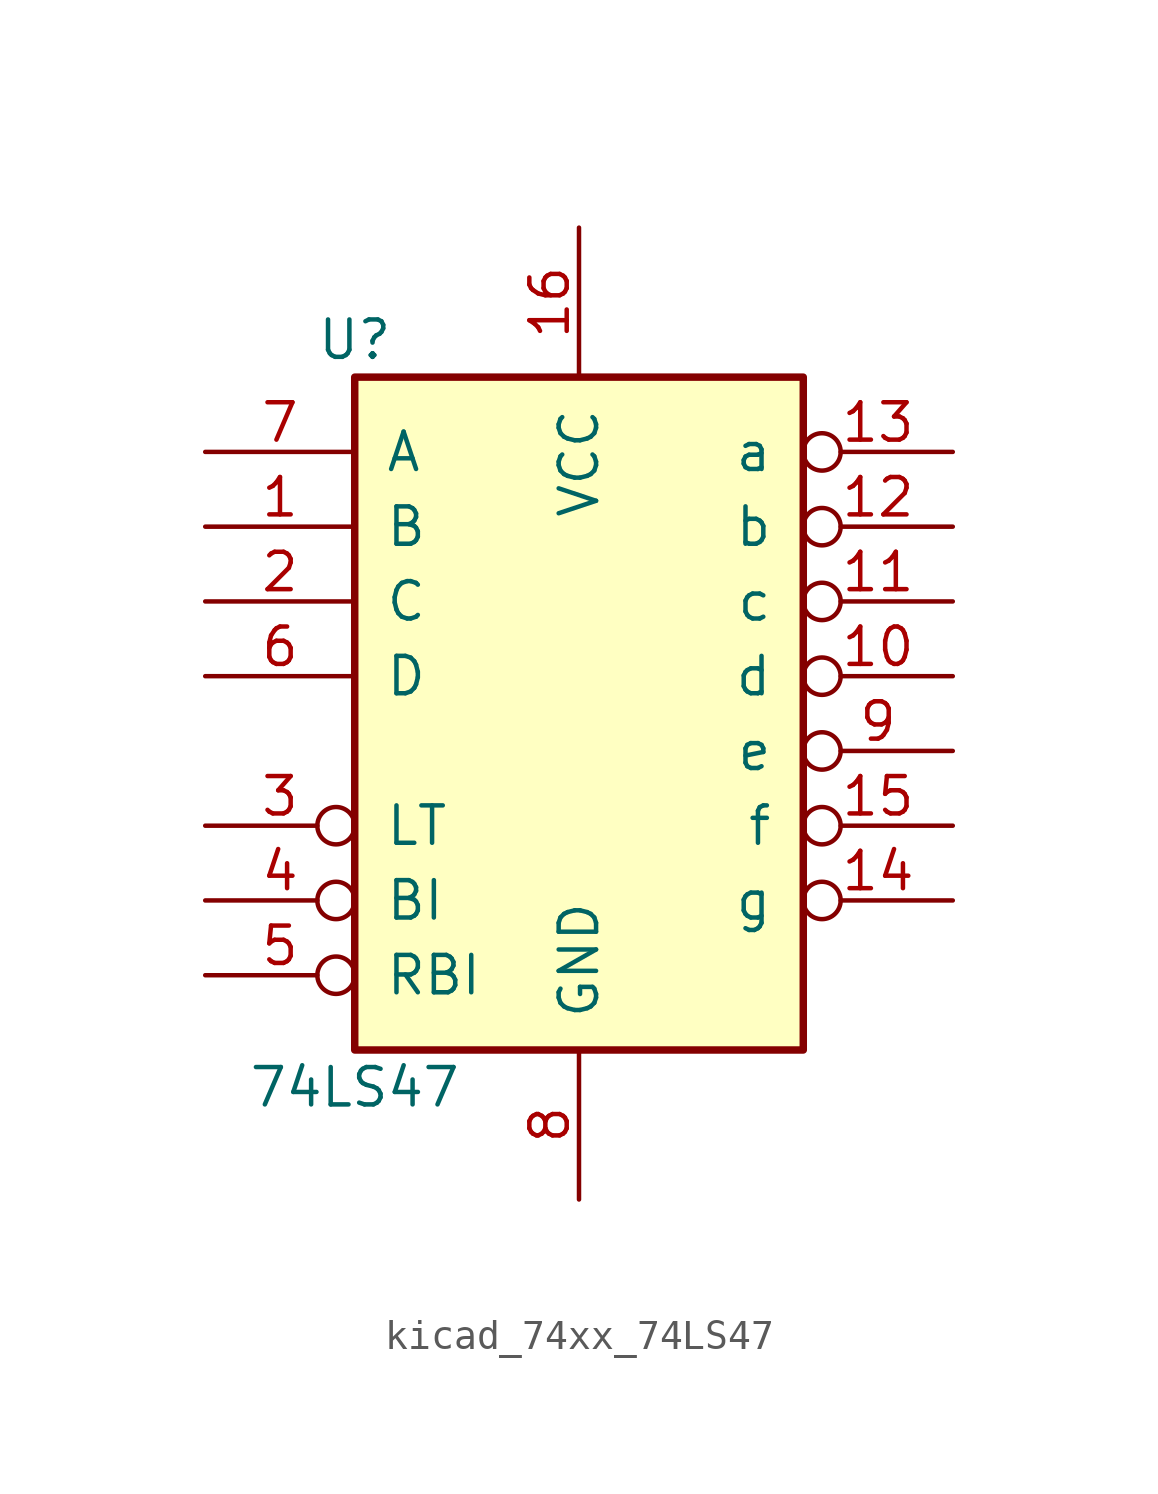
<source format=kicad_sym>
(kicad_symbol_lib
  (version 20220914)
  (generator kicad_symbol_editor)
  (symbol "kicad_74xx_74LS47"
    (pin_names
      (offset 1.016))
    (property "Reference" "U"
      (at -7.62 11.43 0)
      (effects (font (size 1.27 1.27))))
    (property "Value" "74LS47"
      (at -7.62 -13.97 0)
      (effects (font (size 1.27 1.27))))
    (property "ki_locked" ""
      (at 0 0 0)
      (effects (font (size 1.27 1.27))))
    (symbol "kicad_74xx_74LS47_1_0"
      (pin input line (at -12.7 5.08 0) (length 5.08) (name "B" (effects (font (size 1.27 1.27)))) (number "1" (effects (font (size 1.27 1.27)))))
      (pin open_collector inverted (at 12.7 0 180) (length 5.08) (name "d" (effects (font (size 1.27 1.27)))) (number "10" (effects (font (size 1.27 1.27)))))
      (pin open_collector inverted (at 12.7 2.54 180) (length 5.08) (name "c" (effects (font (size 1.27 1.27)))) (number "11" (effects (font (size 1.27 1.27)))))
      (pin open_collector inverted (at 12.7 5.08 180) (length 5.08) (name "b" (effects (font (size 1.27 1.27)))) (number "12" (effects (font (size 1.27 1.27)))))
      (pin open_collector inverted (at 12.7 7.62 180) (length 5.08) (name "a" (effects (font (size 1.27 1.27)))) (number "13" (effects (font (size 1.27 1.27)))))
      (pin open_collector inverted (at 12.7 -7.62 180) (length 5.08) (name "g" (effects (font (size 1.27 1.27)))) (number "14" (effects (font (size 1.27 1.27)))))
      (pin open_collector inverted (at 12.7 -5.08 180) (length 5.08) (name "f" (effects (font (size 1.27 1.27)))) (number "15" (effects (font (size 1.27 1.27)))))
      (pin power_in line (at 0 15.24 270) (length 5.08) (name "VCC" (effects (font (size 1.27 1.27)))) (number "16" (effects (font (size 1.27 1.27)))))
      (pin input line (at -12.7 2.54 0) (length 5.08) (name "C" (effects (font (size 1.27 1.27)))) (number "2" (effects (font (size 1.27 1.27)))))
      (pin input inverted (at -12.7 -5.08 0) (length 5.08) (name "LT" (effects (font (size 1.27 1.27)))) (number "3" (effects (font (size 1.27 1.27)))))
      (pin input inverted (at -12.7 -7.62 0) (length 5.08) (name "BI" (effects (font (size 1.27 1.27)))) (number "4" (effects (font (size 1.27 1.27)))))
      (pin input inverted (at -12.7 -10.16 0) (length 5.08) (name "RBI" (effects (font (size 1.27 1.27)))) (number "5" (effects (font (size 1.27 1.27)))))
      (pin input line (at -12.7 0 0) (length 5.08) (name "D" (effects (font (size 1.27 1.27)))) (number "6" (effects (font (size 1.27 1.27)))))
      (pin input line (at -12.7 7.62 0) (length 5.08) (name "A" (effects (font (size 1.27 1.27)))) (number "7" (effects (font (size 1.27 1.27)))))
      (pin power_in line (at 0 -17.78 90) (length 5.08) (name "GND" (effects (font (size 1.27 1.27)))) (number "8" (effects (font (size 1.27 1.27)))))
      (pin open_collector inverted (at 12.7 -2.54 180) (length 5.08) (name "e" (effects (font (size 1.27 1.27)))) (number "9" (effects (font (size 1.27 1.27))))))
    (symbol "kicad_74xx_74LS47_1_1"
      (rectangle (start -7.62 10.16) (end 7.62 -12.7) (stroke (width 0.254) (type default)) (fill (type background))))))
</source>
